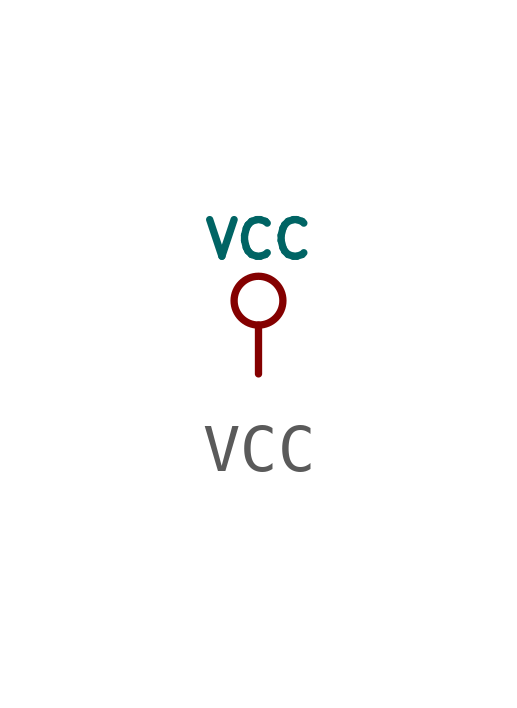
<source format=kicad_sym>
(kicad_symbol_lib
  (version 20241209)
  (generator "kicad_symbol_editor")
  (generator_version "9.0")
  (symbol "VCC"
    (power)
    (pin_names
      (offset 0))
    (property "Reference" "#PWR"
      (at 0 -1.016 0)
      (effects (font (size 0.762 0.762)) (hide yes)))
    (property "Value" "VCC"
      (at 0 2.794 0)
      (effects (font (size 0.762 0.762))))
    (property "Footprint" ""
      (at 0 0 0)
      (effects (font (size 1.524 1.524))))
    (property "Datasheet" ""
      (at 0 0 0)
      (effects (font (size 1.524 1.524))))
    (symbol "VCC_0_0"
      (pin power_in line (at 0 0 90) (length 0) (hide yes) (name "VCC" (effects (font (size 0.762 0.762)))) (number "1" (effects (font (size 0.762 0.762))))))
    (symbol "VCC_0_1"
      (circle (center 0 1.524) (radius 0.508) (stroke (width 0) (type default)) (fill (type none)))
      (polyline (pts (xy 0 0) (xy 0 1.016) (xy 0 1.016)) (stroke (width 0) (type default)) (fill (type none))))))
</source>
